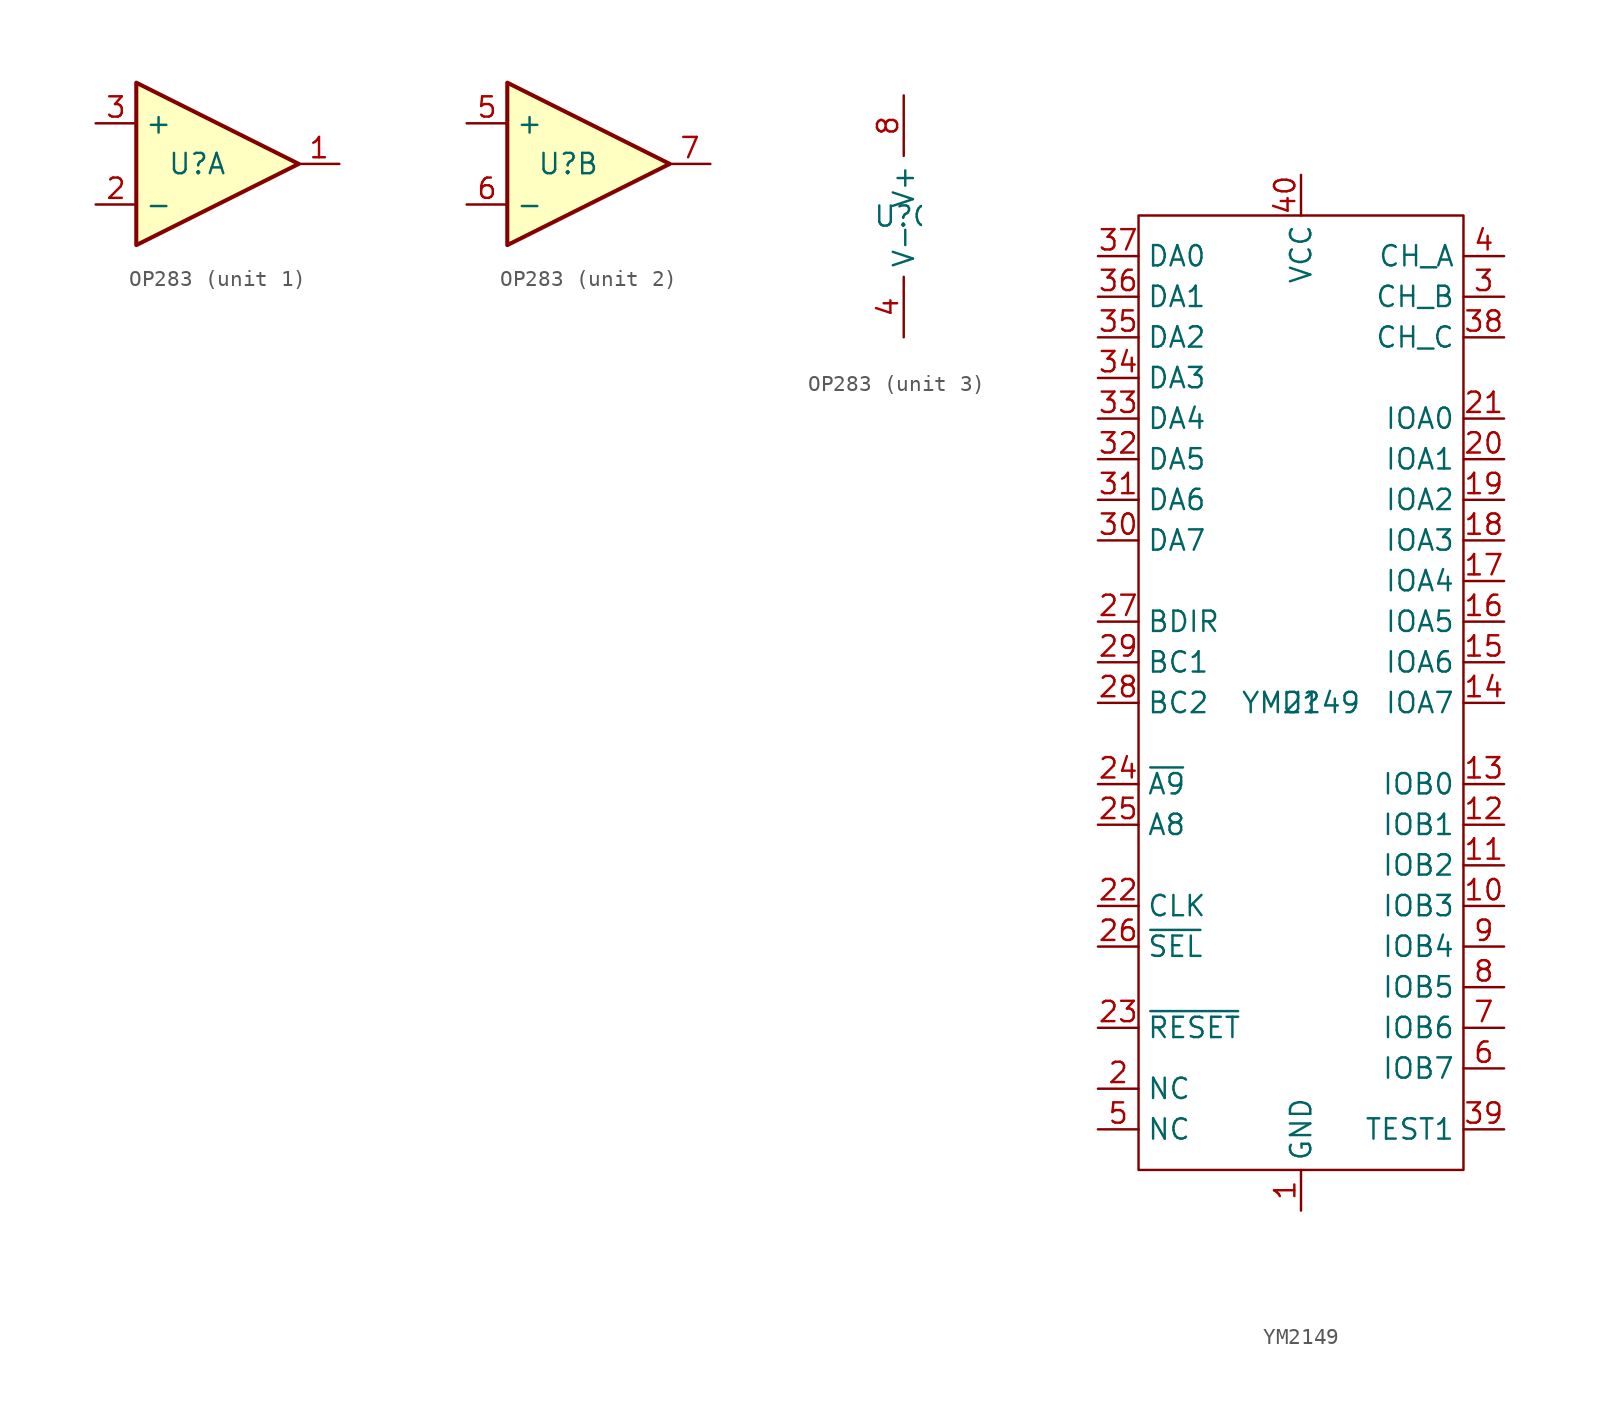
<source format=kicad_sym>
(kicad_symbol_lib
  (version 20220914)
  (generator kicad_symbol_editor)
  (symbol "OP283"
    (property "Reference" "U"
      (at 0 0 0)
      (effects (font (size 1.27 1.27))))
    (property "Value" ""
      (at 0 0 0)
      (effects (font (size 1.27 1.27))))
    (property "ki_locked" ""
      (at 0 0 0)
      (effects (font (size 1.27 1.27))))
    (symbol "OP283_1_1"
      (polyline (pts (xy -3.81 5.08) (xy 6.35 0) (xy -3.81 -5.08) (xy -3.81 5.08)) (stroke (width 0.254) (type default)) (fill (type background)))
      (pin output line (at 8.89 0 180) (length 2.54) (name "~" (effects (font (size 1.27 1.27)))) (number "1" (effects (font (size 1.27 1.27)))))
      (pin input line (at -6.35 -2.54 0) (length 2.54) (name "-" (effects (font (size 1.27 1.27)))) (number "2" (effects (font (size 1.27 1.27)))))
      (pin input line (at -6.35 2.54 0) (length 2.54) (name "+" (effects (font (size 1.27 1.27)))) (number "3" (effects (font (size 1.27 1.27))))))
    (symbol "OP283_2_1"
      (polyline (pts (xy -3.81 5.08) (xy 6.35 0) (xy -3.81 -5.08) (xy -3.81 5.08)) (stroke (width 0.254) (type default)) (fill (type background)))
      (pin input line (at -6.35 2.54 0) (length 2.54) (name "+" (effects (font (size 1.27 1.27)))) (number "5" (effects (font (size 1.27 1.27)))))
      (pin input line (at -6.35 -2.54 0) (length 2.54) (name "-" (effects (font (size 1.27 1.27)))) (number "6" (effects (font (size 1.27 1.27)))))
      (pin output line (at 8.89 0 180) (length 2.54) (name "~" (effects (font (size 1.27 1.27)))) (number "7" (effects (font (size 1.27 1.27))))))
    (symbol "OP283_3_1"
      (pin power_in line (at 0 -7.62 90) (length 3.81) (name "V-" (effects (font (size 1.27 1.27)))) (number "4" (effects (font (size 1.27 1.27)))))
      (pin power_in line (at 0 7.62 270) (length 3.81) (name "V+" (effects (font (size 1.27 1.27)))) (number "8" (effects (font (size 1.27 1.27)))))))
  (symbol "YM2149"
    (property "Reference" "U"
      (at 0 0 0)
      (effects (font (size 1.27 1.27))))
    (property "Value" "YM2149"
      (at 0 0 0)
      (effects (font (size 1.27 1.27))))
    (symbol "YM2149_0_1"
      (rectangle (start -10.16 30.48) (end 10.16 -29.21) (stroke (width 0) (type default)) (fill (type none))))
    (symbol "YM2149_1_1"
      (pin power_in line (at 0 -31.75 90) (length 2.54) (name "GND" (effects (font (size 1.27 1.27)))) (number "1" (effects (font (size 1.27 1.27)))))
      (pin bidirectional line (at 12.7 -12.7 180) (length 2.54) (name "IOB3" (effects (font (size 1.27 1.27)))) (number "10" (effects (font (size 1.27 1.27)))))
      (pin bidirectional line (at 12.7 -10.16 180) (length 2.54) (name "IOB2" (effects (font (size 1.27 1.27)))) (number "11" (effects (font (size 1.27 1.27)))))
      (pin bidirectional line (at 12.7 -7.62 180) (length 2.54) (name "IOB1" (effects (font (size 1.27 1.27)))) (number "12" (effects (font (size 1.27 1.27)))))
      (pin bidirectional line (at 12.7 -5.08 180) (length 2.54) (name "IOB0" (effects (font (size 1.27 1.27)))) (number "13" (effects (font (size 1.27 1.27)))))
      (pin bidirectional line (at 12.7 0 180) (length 2.54) (name "IOA7" (effects (font (size 1.27 1.27)))) (number "14" (effects (font (size 1.27 1.27)))))
      (pin bidirectional line (at 12.7 2.54 180) (length 2.54) (name "IOA6" (effects (font (size 1.27 1.27)))) (number "15" (effects (font (size 1.27 1.27)))))
      (pin bidirectional line (at 12.7 5.08 180) (length 2.54) (name "IOA5" (effects (font (size 1.27 1.27)))) (number "16" (effects (font (size 1.27 1.27)))))
      (pin bidirectional line (at 12.7 7.62 180) (length 2.54) (name "IOA4" (effects (font (size 1.27 1.27)))) (number "17" (effects (font (size 1.27 1.27)))))
      (pin bidirectional line (at 12.7 10.16 180) (length 2.54) (name "IOA3" (effects (font (size 1.27 1.27)))) (number "18" (effects (font (size 1.27 1.27)))))
      (pin bidirectional line (at 12.7 12.7 180) (length 2.54) (name "IOA2" (effects (font (size 1.27 1.27)))) (number "19" (effects (font (size 1.27 1.27)))))
      (pin input line (at -12.7 -24.13 0) (length 2.54) (name "NC" (effects (font (size 1.27 1.27)))) (number "2" (effects (font (size 1.27 1.27)))))
      (pin bidirectional line (at 12.7 15.24 180) (length 2.54) (name "IOA1" (effects (font (size 1.27 1.27)))) (number "20" (effects (font (size 1.27 1.27)))))
      (pin bidirectional line (at 12.7 17.78 180) (length 2.54) (name "IOA0" (effects (font (size 1.27 1.27)))) (number "21" (effects (font (size 1.27 1.27)))))
      (pin input line (at -12.7 -12.7 0) (length 2.54) (name "CLK" (effects (font (size 1.27 1.27)))) (number "22" (effects (font (size 1.27 1.27)))))
      (pin input line (at -12.7 -20.32 0) (length 2.54) (name "~{RESET}" (effects (font (size 1.27 1.27)))) (number "23" (effects (font (size 1.27 1.27)))))
      (pin input line (at -12.7 -5.08 0) (length 2.54) (name "~{A9}" (effects (font (size 1.27 1.27)))) (number "24" (effects (font (size 1.27 1.27)))))
      (pin input line (at -12.7 -7.62 0) (length 2.54) (name "A8" (effects (font (size 1.27 1.27)))) (number "25" (effects (font (size 1.27 1.27)))))
      (pin input line (at -12.7 -15.24 0) (length 2.54) (name "~{SEL}" (effects (font (size 1.27 1.27)))) (number "26" (effects (font (size 1.27 1.27)))))
      (pin input line (at -12.7 5.08 0) (length 2.54) (name "BDIR" (effects (font (size 1.27 1.27)))) (number "27" (effects (font (size 1.27 1.27)))))
      (pin input line (at -12.7 0 0) (length 2.54) (name "BC2" (effects (font (size 1.27 1.27)))) (number "28" (effects (font (size 1.27 1.27)))))
      (pin input line (at -12.7 2.54 0) (length 2.54) (name "BC1" (effects (font (size 1.27 1.27)))) (number "29" (effects (font (size 1.27 1.27)))))
      (pin output line (at 12.7 25.4 180) (length 2.54) (name "CH_B" (effects (font (size 1.27 1.27)))) (number "3" (effects (font (size 1.27 1.27)))))
      (pin bidirectional line (at -12.7 10.16 0) (length 2.54) (name "DA7" (effects (font (size 1.27 1.27)))) (number "30" (effects (font (size 1.27 1.27)))))
      (pin bidirectional line (at -12.7 12.7 0) (length 2.54) (name "DA6" (effects (font (size 1.27 1.27)))) (number "31" (effects (font (size 1.27 1.27)))))
      (pin bidirectional line (at -12.7 15.24 0) (length 2.54) (name "DA5" (effects (font (size 1.27 1.27)))) (number "32" (effects (font (size 1.27 1.27)))))
      (pin bidirectional line (at -12.7 17.78 0) (length 2.54) (name "DA4" (effects (font (size 1.27 1.27)))) (number "33" (effects (font (size 1.27 1.27)))))
      (pin bidirectional line (at -12.7 20.32 0) (length 2.54) (name "DA3" (effects (font (size 1.27 1.27)))) (number "34" (effects (font (size 1.27 1.27)))))
      (pin bidirectional line (at -12.7 22.86 0) (length 2.54) (name "DA2" (effects (font (size 1.27 1.27)))) (number "35" (effects (font (size 1.27 1.27)))))
      (pin bidirectional line (at -12.7 25.4 0) (length 2.54) (name "DA1" (effects (font (size 1.27 1.27)))) (number "36" (effects (font (size 1.27 1.27)))))
      (pin bidirectional line (at -12.7 27.94 0) (length 2.54) (name "DA0" (effects (font (size 1.27 1.27)))) (number "37" (effects (font (size 1.27 1.27)))))
      (pin output line (at 12.7 22.86 180) (length 2.54) (name "CH_C" (effects (font (size 1.27 1.27)))) (number "38" (effects (font (size 1.27 1.27)))))
      (pin output line (at 12.7 -26.67 180) (length 2.54) (name "TEST1" (effects (font (size 1.27 1.27)))) (number "39" (effects (font (size 1.27 1.27)))))
      (pin output line (at 12.7 27.94 180) (length 2.54) (name "CH_A" (effects (font (size 1.27 1.27)))) (number "4" (effects (font (size 1.27 1.27)))))
      (pin power_in line (at 0 33.02 270) (length 2.54) (name "VCC" (effects (font (size 1.27 1.27)))) (number "40" (effects (font (size 1.27 1.27)))))
      (pin input line (at -12.7 -26.67 0) (length 2.54) (name "NC" (effects (font (size 1.27 1.27)))) (number "5" (effects (font (size 1.27 1.27)))))
      (pin bidirectional line (at 12.7 -22.86 180) (length 2.54) (name "IOB7" (effects (font (size 1.27 1.27)))) (number "6" (effects (font (size 1.27 1.27)))))
      (pin bidirectional line (at 12.7 -20.32 180) (length 2.54) (name "IOB6" (effects (font (size 1.27 1.27)))) (number "7" (effects (font (size 1.27 1.27)))))
      (pin bidirectional line (at 12.7 -17.78 180) (length 2.54) (name "IOB5" (effects (font (size 1.27 1.27)))) (number "8" (effects (font (size 1.27 1.27)))))
      (pin bidirectional line (at 12.7 -15.24 180) (length 2.54) (name "IOB4" (effects (font (size 1.27 1.27)))) (number "9" (effects (font (size 1.27 1.27))))))))
</source>
